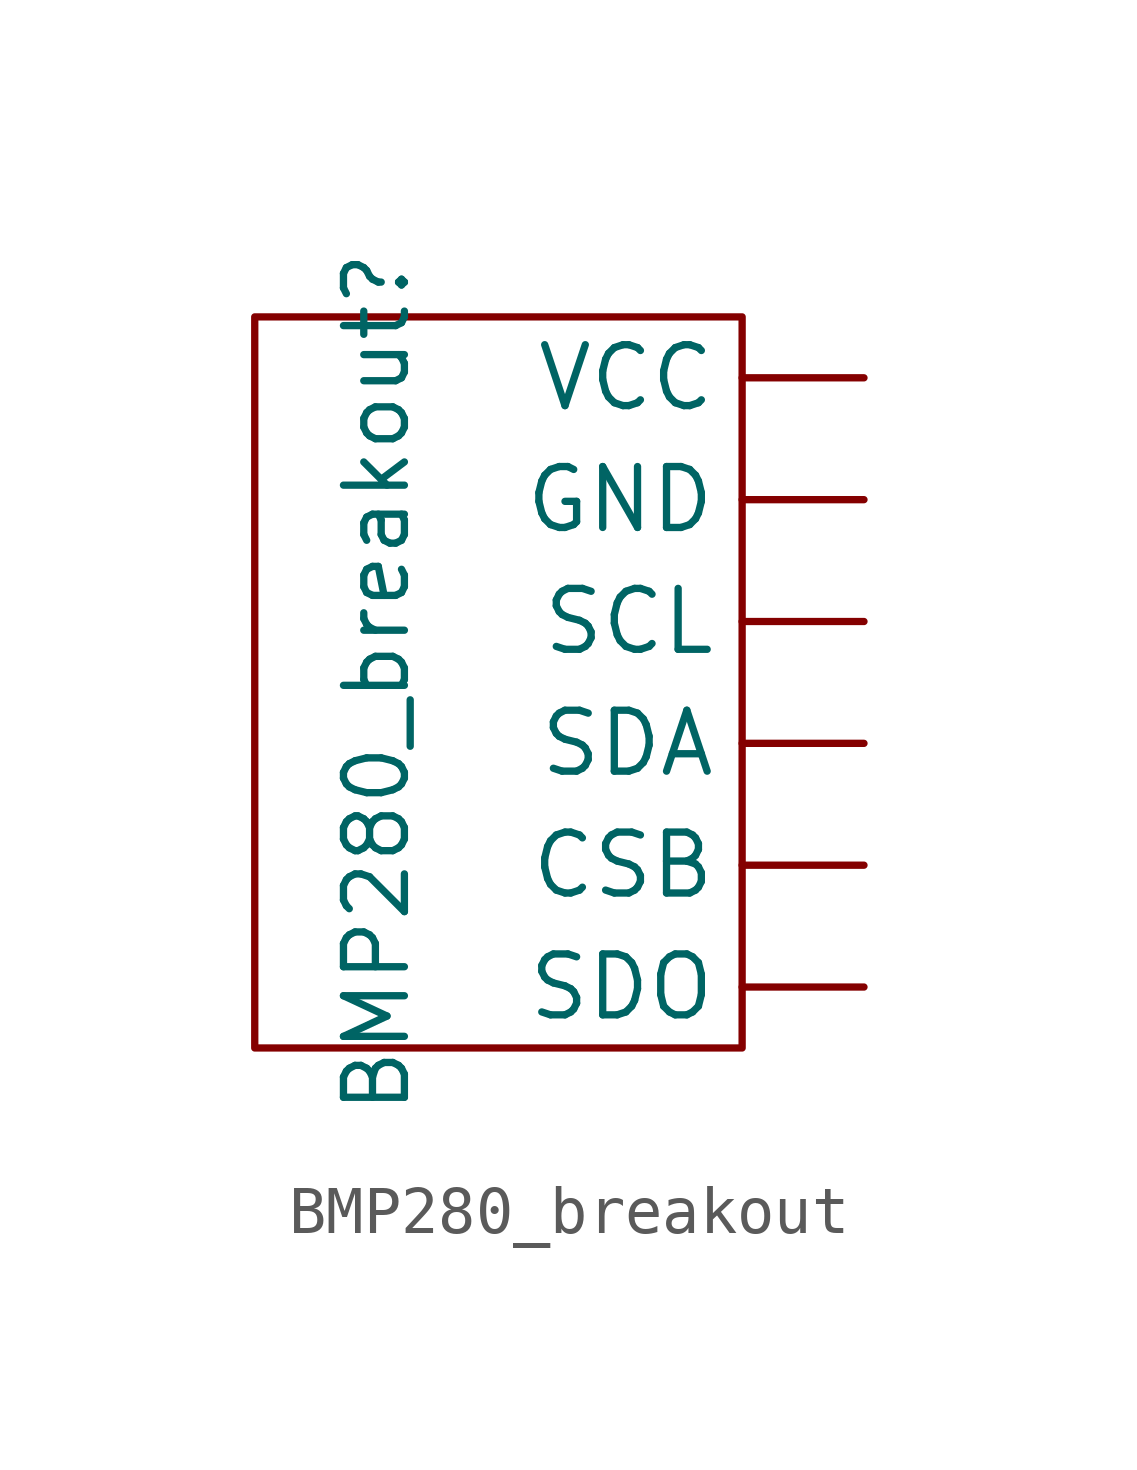
<source format=kicad_sym>
(kicad_symbol_lib
  (version 20220914)
  (generator kicad_symbol_editor)
  (symbol "BMP280_breakout"
    (property "Reference" "BMP280_breakout"
      (at -2.54 0 90)
      (effects (font (size 1.27 1.27))))
    (property "Value" ""
      (at 5.08 1.27 0)
      (effects (font (size 1.27 1.27))))
    (symbol "BMP280_breakout_0_1"
      (rectangle (start -5.08 7.62) (end 5.08 -7.62) (stroke (width 0) (type default)) (fill (type none))))
    (symbol "BMP280_breakout_1_1"
      (pin bidirectional line (at 7.62 -3.81 180) (length 2.54) (name "CSB" (effects (font (size 1.27 1.27)))) (number "" (effects (font (size 1.27 1.27)))))
      (pin input line (at 7.62 3.81 180) (length 2.54) (name "GND" (effects (font (size 1.27 1.27)))) (number "" (effects (font (size 1.27 1.27)))))
      (pin input line (at 7.62 1.27 180) (length 2.54) (name "SCL" (effects (font (size 1.27 1.27)))) (number "" (effects (font (size 1.27 1.27)))))
      (pin bidirectional line (at 7.62 -1.27 180) (length 2.54) (name "SDA" (effects (font (size 1.27 1.27)))) (number "" (effects (font (size 1.27 1.27)))))
      (pin bidirectional line (at 7.62 -6.35 180) (length 2.54) (name "SDO" (effects (font (size 1.27 1.27)))) (number "" (effects (font (size 1.27 1.27)))))
      (pin input line (at 7.62 6.35 180) (length 2.54) (name "VCC" (effects (font (size 1.27 1.27)))) (number "" (effects (font (size 1.27 1.27))))))))
</source>
